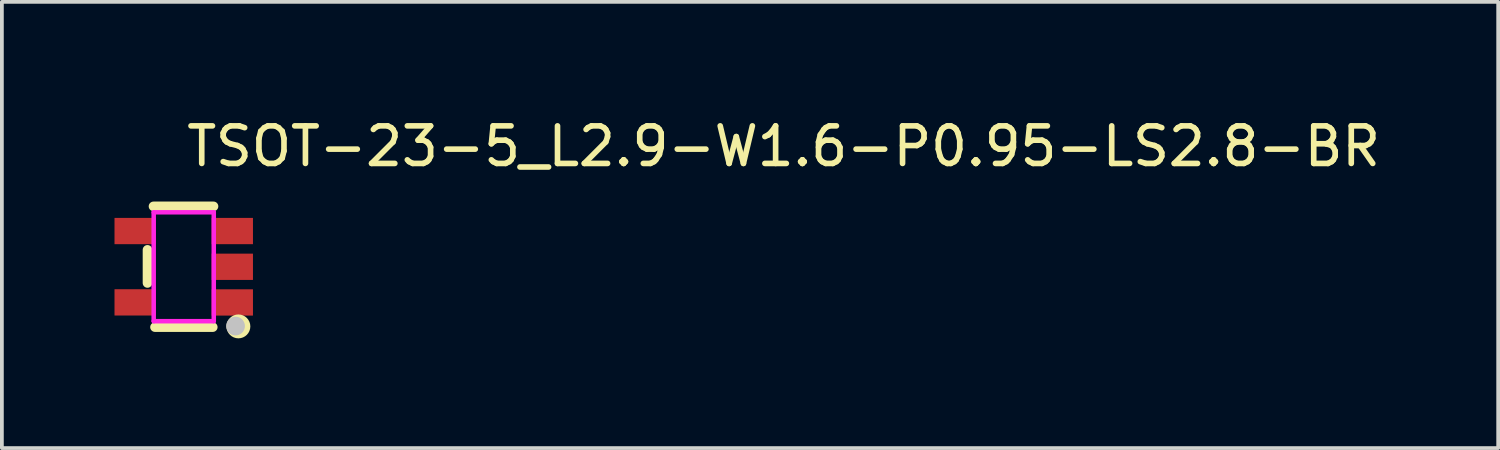
<source format=kicad_pcb>
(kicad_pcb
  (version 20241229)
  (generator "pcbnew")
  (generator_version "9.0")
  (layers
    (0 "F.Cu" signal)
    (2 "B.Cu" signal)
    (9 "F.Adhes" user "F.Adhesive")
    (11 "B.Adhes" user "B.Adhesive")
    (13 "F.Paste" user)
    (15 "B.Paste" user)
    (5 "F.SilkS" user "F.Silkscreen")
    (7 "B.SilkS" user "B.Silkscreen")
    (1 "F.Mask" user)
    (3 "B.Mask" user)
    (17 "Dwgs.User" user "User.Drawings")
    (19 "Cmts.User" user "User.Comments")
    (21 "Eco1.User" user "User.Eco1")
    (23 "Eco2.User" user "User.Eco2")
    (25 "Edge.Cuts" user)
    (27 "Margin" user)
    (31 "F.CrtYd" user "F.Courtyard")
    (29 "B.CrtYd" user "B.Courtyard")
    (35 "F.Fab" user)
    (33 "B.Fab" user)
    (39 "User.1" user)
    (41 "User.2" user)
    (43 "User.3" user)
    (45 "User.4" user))
  (footprint "TSOT-23-5_L2.9-W1.6-P0.95-LS2.8-BR"
    (layer "F.Cu")
    (at 1.844 4.055)
    (property "Reference" "TSOT-23-5_L2.9-W1.6-P0.95-LS2.8-BR" (at 0 -3.207 0) (layer "F.SilkS") (effects (font (size 1 1) (thickness 0.15)) (justify left)))
    (attr through_hole)
    (fp_line (start -0.966 0.433) (end -0.966 -0.451) (stroke (width 0.254) (type solid)) (layer "F.SilkS"))
    (fp_line (start -0.806 -1.609) (end 0.794 -1.609) (stroke (width 0.254) (type solid)) (layer "F.SilkS"))
    (fp_line (start -0.766 1.609) (end 0.774 1.609) (stroke (width 0.254) (type solid)) (layer "F.SilkS"))
    (fp_circle (center 1.456 1.589) (end 1.52 1.589) (stroke (width 0.254) (type solid)) (fill no) (layer "F.SilkS"))
    (fp_circle (center 1.38 1.58) (end 1.505 1.58) (stroke (width 0.25) (type solid)) (fill no) (layer "Dwgs.User"))
    (fp_line (start -0.885 -1.151) (end -0.79 -1.151) (stroke (width 0.12) (type solid)) (layer "Eco2.User"))
    (fp_line (start -0.885 -0.751) (end -0.885 -1.151) (stroke (width 0.12) (type solid)) (layer "Eco2.User"))
    (fp_line (start -0.885 0.749) (end -0.79 0.749) (stroke (width 0.12) (type solid)) (layer "Eco2.User"))
    (fp_line (start -0.885 1.149) (end -0.885 0.749) (stroke (width 0.12) (type solid)) (layer "Eco2.User"))
    (fp_line (start -0.79 -1.151) (end -0.79 -0.751) (stroke (width 0.12) (type solid)) (layer "Eco2.User"))
    (fp_line (start -0.79 -0.751) (end -0.885 -0.751) (stroke (width 0.12) (type solid)) (layer "Eco2.User"))
    (fp_line (start -0.79 0.749) (end -0.79 1.149) (stroke (width 0.12) (type solid)) (layer "Eco2.User"))
    (fp_line (start -0.79 1.149) (end -0.885 1.149) (stroke (width 0.12) (type solid)) (layer "Eco2.User"))
    (fp_line (start 0.79 -1.151) (end 0.885 -1.151) (stroke (width 0.12) (type solid)) (layer "Eco2.User"))
    (fp_line (start 0.79 -0.751) (end 0.79 -1.151) (stroke (width 0.12) (type solid)) (layer "Eco2.User"))
    (fp_line (start 0.79 -0.199) (end 0.885 -0.199) (stroke (width 0.12) (type solid)) (layer "Eco2.User"))
    (fp_line (start 0.79 0.201) (end 0.79 -0.199) (stroke (width 0.12) (type solid)) (layer "Eco2.User"))
    (fp_line (start 0.79 0.751) (end 0.885 0.751) (stroke (width 0.12) (type solid)) (layer "Eco2.User"))
    (fp_line (start 0.79 1.151) (end 0.79 0.751) (stroke (width 0.12) (type solid)) (layer "Eco2.User"))
    (fp_line (start 0.885 -1.151) (end 0.885 -0.751) (stroke (width 0.12) (type solid)) (layer "Eco2.User"))
    (fp_line (start 0.885 -0.751) (end 0.79 -0.751) (stroke (width 0.12) (type solid)) (layer "Eco2.User"))
    (fp_line (start 0.885 -0.199) (end 0.885 0.201) (stroke (width 0.12) (type solid)) (layer "Eco2.User"))
    (fp_line (start 0.885 0.201) (end 0.79 0.201) (stroke (width 0.12) (type solid)) (layer "Eco2.User"))
    (fp_line (start 0.885 0.751) (end 0.885 1.151) (stroke (width 0.12) (type solid)) (layer "Eco2.User"))
    (fp_line (start 0.885 1.151) (end 0.79 1.151) (stroke (width 0.12) (type solid)) (layer "Eco2.User"))
    (fp_circle (center 1.4 1.45) (end 1.43 1.45) (stroke (width 0.06) (type solid)) (fill no) (layer "Eco2.User"))
    (fp_poly (pts (xy -1.4 -0.751) (xy -1.4 -1.151) (xy -0.875 -1.151) (xy -0.875 -0.751)) (stroke (width 0.12) (type solid)) (fill no) (layer "Eco2.User"))
    (fp_poly (pts (xy -1.4 1.149) (xy -1.4 0.749) (xy -0.875 0.749) (xy -0.875 1.149)) (stroke (width 0.12) (type solid)) (fill no) (layer "Eco2.User"))
    (fp_poly (pts (xy 0.875 -0.751) (xy 0.875 -1.151) (xy 1.4 -1.151) (xy 1.4 -0.751)) (stroke (width 0.12) (type solid)) (fill no) (layer "Eco2.User"))
    (fp_poly (pts (xy 0.875 0.201) (xy 0.875 -0.199) (xy 1.4 -0.199) (xy 1.4 0.201)) (stroke (width 0.12) (type solid)) (fill no) (layer "Eco2.User"))
    (fp_poly (pts (xy 0.875 1.151) (xy 0.875 0.751) (xy 1.4 0.751) (xy 1.4 1.151)) (stroke (width 0.12) (type solid)) (fill no) (layer "Eco2.User"))
    (fp_line (start -0.8 -1.45) (end 0.8 -1.45) (stroke (width 0.12) (type solid)) (layer "F.CrtYd"))
    (fp_line (start -0.8 1.45) (end -0.8 -1.45) (stroke (width 0.12) (type solid)) (layer "F.CrtYd"))
    (fp_line (start 0.8 -1.45) (end 0.8 1.45) (stroke (width 0.12) (type solid)) (layer "F.CrtYd"))
    (fp_line (start 0.8 1.45) (end -0.8 1.45) (stroke (width 0.12) (type solid)) (layer "F.CrtYd"))
    (pad "1" smd rect (at 1.294 0.951) (size 1.1 0.7) (layers "F.Cu" "F.Mask" "F.Paste"))
    (pad "2" smd rect (at 1.294 0.001) (size 1.1 0.7) (layers "F.Cu" "F.Mask" "F.Paste"))
    (pad "3" smd rect (at 1.294 -0.951) (size 1.1 0.7) (layers "F.Cu" "F.Mask" "F.Paste"))
    (pad "4" smd rect (at -1.294 -0.951 180) (size 1.1 0.7) (layers "F.Cu" "F.Mask" "F.Paste"))
    (pad "5" smd rect (at -1.294 0.949 180) (size 1.1 0.7) (layers "F.Cu" "F.Mask" "F.Paste")))
  (gr_rect
    (start -3 -3)
    (end 36.856 8.885)
    (stroke (width 0.1) (type default))
    (fill no)
    (layer "Edge.Cuts")))
</source>
